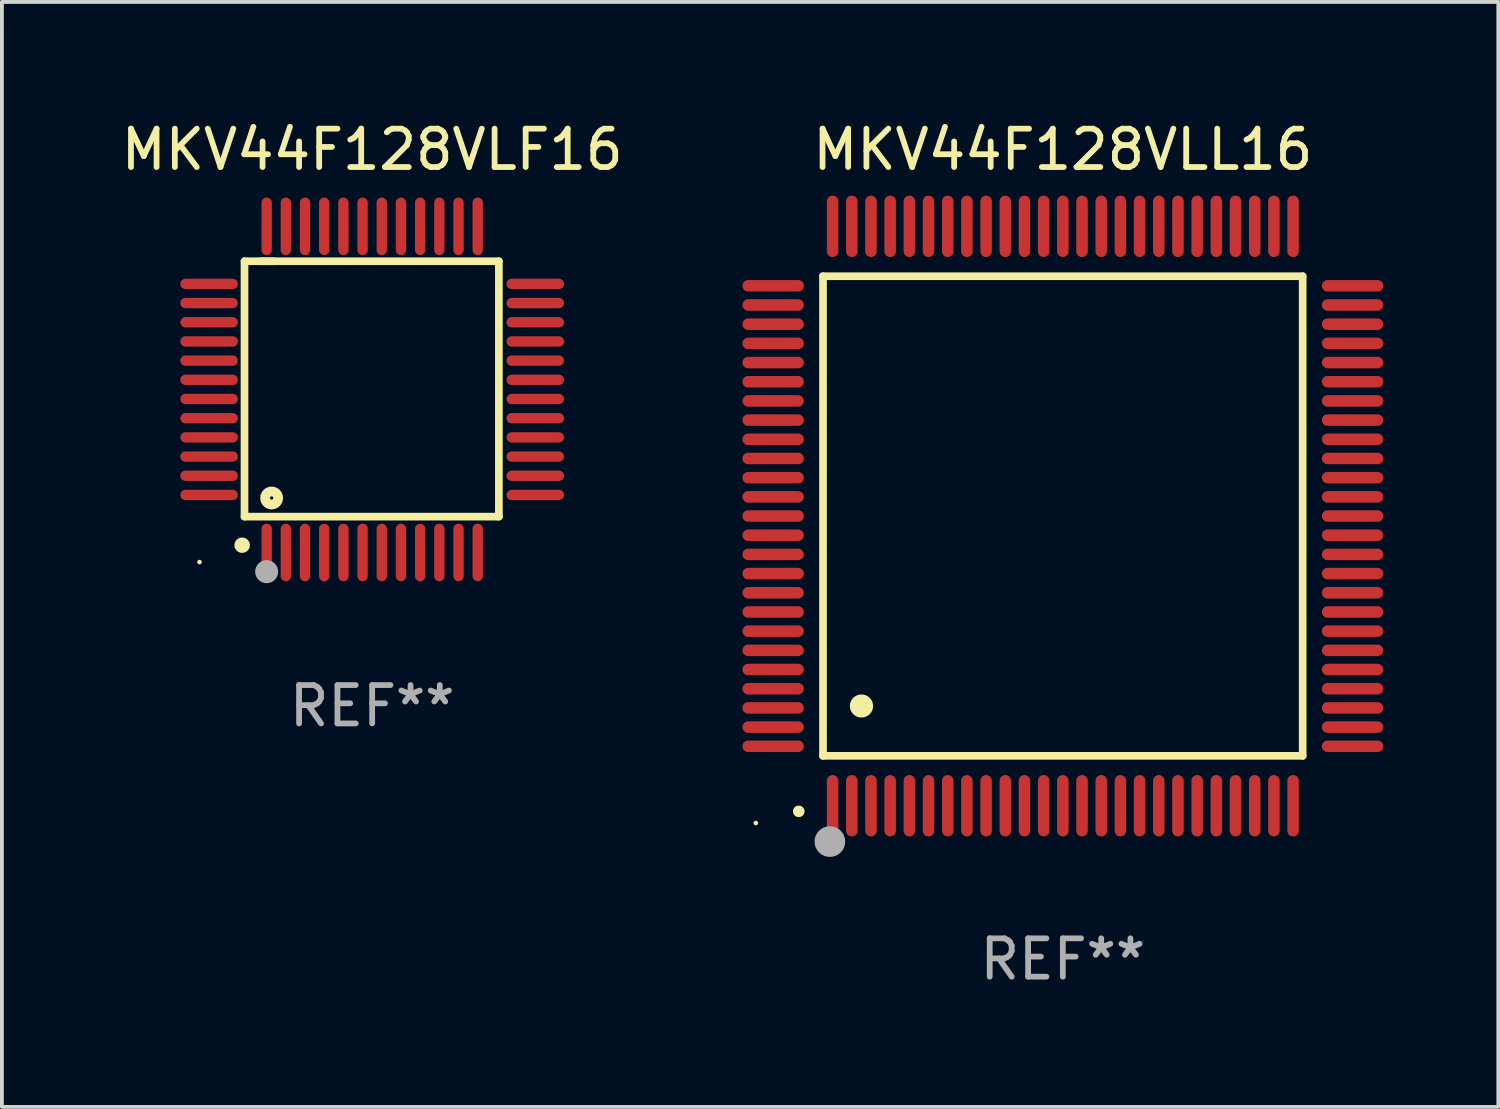
<source format=kicad_pcb>
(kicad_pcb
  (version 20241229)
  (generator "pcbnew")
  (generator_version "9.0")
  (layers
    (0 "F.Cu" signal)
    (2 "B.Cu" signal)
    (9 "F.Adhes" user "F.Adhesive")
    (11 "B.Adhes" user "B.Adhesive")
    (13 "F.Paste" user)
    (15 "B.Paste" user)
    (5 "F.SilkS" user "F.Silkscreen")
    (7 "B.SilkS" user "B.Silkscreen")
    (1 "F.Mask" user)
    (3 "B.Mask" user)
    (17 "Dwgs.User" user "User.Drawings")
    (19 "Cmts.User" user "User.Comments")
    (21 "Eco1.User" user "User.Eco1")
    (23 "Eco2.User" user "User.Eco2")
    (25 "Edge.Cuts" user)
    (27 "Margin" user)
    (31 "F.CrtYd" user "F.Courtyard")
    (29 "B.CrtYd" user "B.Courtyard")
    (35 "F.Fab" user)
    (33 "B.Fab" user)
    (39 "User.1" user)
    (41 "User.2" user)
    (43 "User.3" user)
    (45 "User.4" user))
  (footprint "MKV44F128VLL16"
    (layer "F.Cu")
    (at 24.648 10.398)
    (property "Reference" "MKV44F128VLL16" (at 0 -9.55 0) (layer "F.SilkS") (effects (font (size 1 1) (thickness 0.15))))
    (attr through_hole)
    (fp_line (start -6.25 -6.25) (end -6.25 6.25) (stroke (width 0.2) (type solid)) (layer "F.SilkS"))
    (fp_line (start -6.25 6.25) (end 6.25 6.25) (stroke (width 0.2) (type solid)) (layer "F.SilkS"))
    (fp_line (start 6.25 -6.25) (end -6.25 -6.25) (stroke (width 0.2) (type solid)) (layer "F.SilkS"))
    (fp_line (start 6.25 6.25) (end 6.25 -6.25) (stroke (width 0.2) (type solid)) (layer "F.SilkS"))
    (fp_arc (start -6.883414 7.696215) (mid -6.882144 7.69621) (end -6.880874 7.696215) (stroke (width 0.3) (type solid)) (layer "F.SilkS"))
    (fp_arc (start -5.250191 4.95047) (mid -5.247651 4.950459) (end -5.245111 4.95047) (stroke (width 0.6) (type solid)) (layer "F.SilkS"))
    (fp_circle (center -8 8) (end -7.97 8) (stroke (width 0.06) (type solid)) (fill no) (layer "F.SilkS"))
    (fp_circle (center -6.071 8.484) (end -5.871 8.484) (stroke (width 0.4) (type solid)) (fill no) (layer "F.Fab"))
    (fp_text user "REF**" (at 0 11.55 0) (layer "F.Fab") (effects (font (size 1 1) (thickness 0.15))))
    (pad "1" smd oval (at -6 7.55) (size 0.3 1.6) (layers "F.Cu" "F.Mask" "F.Paste"))
    (pad "2" smd oval (at -5.5 7.55) (size 0.3 1.6) (layers "F.Cu" "F.Mask" "F.Paste"))
    (pad "3" smd oval (at -5 7.55) (size 0.3 1.6) (layers "F.Cu" "F.Mask" "F.Paste"))
    (pad "4" smd oval (at -4.5 7.55) (size 0.3 1.6) (layers "F.Cu" "F.Mask" "F.Paste"))
    (pad "5" smd oval (at -4 7.55) (size 0.3 1.6) (layers "F.Cu" "F.Mask" "F.Paste"))
    (pad "6" smd oval (at -3.5 7.55) (size 0.3 1.6) (layers "F.Cu" "F.Mask" "F.Paste"))
    (pad "7" smd oval (at -3 7.55) (size 0.3 1.6) (layers "F.Cu" "F.Mask" "F.Paste"))
    (pad "8" smd oval (at -2.5 7.55) (size 0.3 1.6) (layers "F.Cu" "F.Mask" "F.Paste"))
    (pad "9" smd oval (at -2 7.55) (size 0.3 1.6) (layers "F.Cu" "F.Mask" "F.Paste"))
    (pad "10" smd oval (at -1.5 7.55) (size 0.3 1.6) (layers "F.Cu" "F.Mask" "F.Paste"))
    (pad "11" smd oval (at -1 7.55) (size 0.3 1.6) (layers "F.Cu" "F.Mask" "F.Paste"))
    (pad "12" smd oval (at -0.5 7.55) (size 0.3 1.6) (layers "F.Cu" "F.Mask" "F.Paste"))
    (pad "13" smd oval (at 0 7.55) (size 0.3 1.6) (layers "F.Cu" "F.Mask" "F.Paste"))
    (pad "14" smd oval (at 0.5 7.55) (size 0.3 1.6) (layers "F.Cu" "F.Mask" "F.Paste"))
    (pad "15" smd oval (at 1 7.55) (size 0.3 1.6) (layers "F.Cu" "F.Mask" "F.Paste"))
    (pad "16" smd oval (at 1.5 7.55) (size 0.3 1.6) (layers "F.Cu" "F.Mask" "F.Paste"))
    (pad "17" smd oval (at 2 7.55) (size 0.3 1.6) (layers "F.Cu" "F.Mask" "F.Paste"))
    (pad "18" smd oval (at 2.5 7.55) (size 0.3 1.6) (layers "F.Cu" "F.Mask" "F.Paste"))
    (pad "19" smd oval (at 3 7.55) (size 0.3 1.6) (layers "F.Cu" "F.Mask" "F.Paste"))
    (pad "20" smd oval (at 3.5 7.55) (size 0.3 1.6) (layers "F.Cu" "F.Mask" "F.Paste"))
    (pad "21" smd oval (at 4 7.55) (size 0.3 1.6) (layers "F.Cu" "F.Mask" "F.Paste"))
    (pad "22" smd oval (at 4.5 7.55) (size 0.3 1.6) (layers "F.Cu" "F.Mask" "F.Paste"))
    (pad "23" smd oval (at 5 7.55) (size 0.3 1.6) (layers "F.Cu" "F.Mask" "F.Paste"))
    (pad "24" smd oval (at 5.5 7.55) (size 0.3 1.6) (layers "F.Cu" "F.Mask" "F.Paste"))
    (pad "25" smd oval (at 6 7.55) (size 0.3 1.6) (layers "F.Cu" "F.Mask" "F.Paste"))
    (pad "26" smd oval (at 7.55 6) (size 1.6 0.3) (layers "F.Cu" "F.Mask" "F.Paste"))
    (pad "27" smd oval (at 7.55 5.5) (size 1.6 0.3) (layers "F.Cu" "F.Mask" "F.Paste"))
    (pad "28" smd oval (at 7.55 5) (size 1.6 0.3) (layers "F.Cu" "F.Mask" "F.Paste"))
    (pad "29" smd oval (at 7.55 4.5) (size 1.6 0.3) (layers "F.Cu" "F.Mask" "F.Paste"))
    (pad "30" smd oval (at 7.55 4) (size 1.6 0.3) (layers "F.Cu" "F.Mask" "F.Paste"))
    (pad "31" smd oval (at 7.55 3.5) (size 1.6 0.3) (layers "F.Cu" "F.Mask" "F.Paste"))
    (pad "32" smd oval (at 7.55 3) (size 1.6 0.3) (layers "F.Cu" "F.Mask" "F.Paste"))
    (pad "33" smd oval (at 7.55 2.5) (size 1.6 0.3) (layers "F.Cu" "F.Mask" "F.Paste"))
    (pad "34" smd oval (at 7.55 2) (size 1.6 0.3) (layers "F.Cu" "F.Mask" "F.Paste"))
    (pad "35" smd oval (at 7.55 1.5) (size 1.6 0.3) (layers "F.Cu" "F.Mask" "F.Paste"))
    (pad "36" smd oval (at 7.55 1) (size 1.6 0.3) (layers "F.Cu" "F.Mask" "F.Paste"))
    (pad "37" smd oval (at 7.55 0.5) (size 1.6 0.3) (layers "F.Cu" "F.Mask" "F.Paste"))
    (pad "38" smd oval (at 7.55 0) (size 1.6 0.3) (layers "F.Cu" "F.Mask" "F.Paste"))
    (pad "39" smd oval (at 7.55 -0.5) (size 1.6 0.3) (layers "F.Cu" "F.Mask" "F.Paste"))
    (pad "40" smd oval (at 7.55 -1) (size 1.6 0.3) (layers "F.Cu" "F.Mask" "F.Paste"))
    (pad "41" smd oval (at 7.55 -1.5) (size 1.6 0.3) (layers "F.Cu" "F.Mask" "F.Paste"))
    (pad "42" smd oval (at 7.55 -2) (size 1.6 0.3) (layers "F.Cu" "F.Mask" "F.Paste"))
    (pad "43" smd oval (at 7.55 -2.5) (size 1.6 0.3) (layers "F.Cu" "F.Mask" "F.Paste"))
    (pad "44" smd oval (at 7.55 -3) (size 1.6 0.3) (layers "F.Cu" "F.Mask" "F.Paste"))
    (pad "45" smd oval (at 7.55 -3.5) (size 1.6 0.3) (layers "F.Cu" "F.Mask" "F.Paste"))
    (pad "46" smd oval (at 7.55 -4) (size 1.6 0.3) (layers "F.Cu" "F.Mask" "F.Paste"))
    (pad "47" smd oval (at 7.55 -4.5) (size 1.6 0.3) (layers "F.Cu" "F.Mask" "F.Paste"))
    (pad "48" smd oval (at 7.55 -5) (size 1.6 0.3) (layers "F.Cu" "F.Mask" "F.Paste"))
    (pad "49" smd oval (at 7.55 -5.5) (size 1.6 0.3) (layers "F.Cu" "F.Mask" "F.Paste"))
    (pad "50" smd oval (at 7.55 -6) (size 1.6 0.3) (layers "F.Cu" "F.Mask" "F.Paste"))
    (pad "51" smd oval (at 6 -7.55) (size 0.3 1.6) (layers "F.Cu" "F.Mask" "F.Paste"))
    (pad "52" smd oval (at 5.5 -7.55) (size 0.3 1.6) (layers "F.Cu" "F.Mask" "F.Paste"))
    (pad "53" smd oval (at 5 -7.55) (size 0.3 1.6) (layers "F.Cu" "F.Mask" "F.Paste"))
    (pad "54" smd oval (at 4.5 -7.55) (size 0.3 1.6) (layers "F.Cu" "F.Mask" "F.Paste"))
    (pad "55" smd oval (at 4 -7.55) (size 0.3 1.6) (layers "F.Cu" "F.Mask" "F.Paste"))
    (pad "56" smd oval (at 3.5 -7.55) (size 0.3 1.6) (layers "F.Cu" "F.Mask" "F.Paste"))
    (pad "57" smd oval (at 3 -7.55) (size 0.3 1.6) (layers "F.Cu" "F.Mask" "F.Paste"))
    (pad "58" smd oval (at 2.5 -7.55) (size 0.3 1.6) (layers "F.Cu" "F.Mask" "F.Paste"))
    (pad "59" smd oval (at 2 -7.55) (size 0.3 1.6) (layers "F.Cu" "F.Mask" "F.Paste"))
    (pad "60" smd oval (at 1.5 -7.55) (size 0.3 1.6) (layers "F.Cu" "F.Mask" "F.Paste"))
    (pad "61" smd oval (at 1 -7.55) (size 0.3 1.6) (layers "F.Cu" "F.Mask" "F.Paste"))
    (pad "62" smd oval (at 0.5 -7.55) (size 0.3 1.6) (layers "F.Cu" "F.Mask" "F.Paste"))
    (pad "63" smd oval (at 0 -7.55) (size 0.3 1.6) (layers "F.Cu" "F.Mask" "F.Paste"))
    (pad "64" smd oval (at -0.5 -7.55) (size 0.3 1.6) (layers "F.Cu" "F.Mask" "F.Paste"))
    (pad "65" smd oval (at -1 -7.55) (size 0.3 1.6) (layers "F.Cu" "F.Mask" "F.Paste"))
    (pad "66" smd oval (at -1.5 -7.55) (size 0.3 1.6) (layers "F.Cu" "F.Mask" "F.Paste"))
    (pad "67" smd oval (at -2 -7.55) (size 0.3 1.6) (layers "F.Cu" "F.Mask" "F.Paste"))
    (pad "68" smd oval (at -2.5 -7.55) (size 0.3 1.6) (layers "F.Cu" "F.Mask" "F.Paste"))
    (pad "69" smd oval (at -3 -7.55) (size 0.3 1.6) (layers "F.Cu" "F.Mask" "F.Paste"))
    (pad "70" smd oval (at -3.5 -7.55) (size 0.3 1.6) (layers "F.Cu" "F.Mask" "F.Paste"))
    (pad "71" smd oval (at -4 -7.55) (size 0.3 1.6) (layers "F.Cu" "F.Mask" "F.Paste"))
    (pad "72" smd oval (at -4.5 -7.55) (size 0.3 1.6) (layers "F.Cu" "F.Mask" "F.Paste"))
    (pad "73" smd oval (at -5 -7.55) (size 0.3 1.6) (layers "F.Cu" "F.Mask" "F.Paste"))
    (pad "74" smd oval (at -5.5 -7.55) (size 0.3 1.6) (layers "F.Cu" "F.Mask" "F.Paste"))
    (pad "75" smd oval (at -6 -7.55) (size 0.3 1.6) (layers "F.Cu" "F.Mask" "F.Paste"))
    (pad "76" smd oval (at -7.55 -6) (size 1.6 0.3) (layers "F.Cu" "F.Mask" "F.Paste"))
    (pad "77" smd oval (at -7.55 -5.5) (size 1.6 0.3) (layers "F.Cu" "F.Mask" "F.Paste"))
    (pad "78" smd oval (at -7.55 -5) (size 1.6 0.3) (layers "F.Cu" "F.Mask" "F.Paste"))
    (pad "79" smd oval (at -7.55 -4.5) (size 1.6 0.3) (layers "F.Cu" "F.Mask" "F.Paste"))
    (pad "80" smd oval (at -7.55 -4) (size 1.6 0.3) (layers "F.Cu" "F.Mask" "F.Paste"))
    (pad "81" smd oval (at -7.55 -3.5) (size 1.6 0.3) (layers "F.Cu" "F.Mask" "F.Paste"))
    (pad "82" smd oval (at -7.55 -3) (size 1.6 0.3) (layers "F.Cu" "F.Mask" "F.Paste"))
    (pad "83" smd oval (at -7.55 -2.5) (size 1.6 0.3) (layers "F.Cu" "F.Mask" "F.Paste"))
    (pad "84" smd oval (at -7.55 -2) (size 1.6 0.3) (layers "F.Cu" "F.Mask" "F.Paste"))
    (pad "85" smd oval (at -7.55 -1.5) (size 1.6 0.3) (layers "F.Cu" "F.Mask" "F.Paste"))
    (pad "86" smd oval (at -7.55 -1) (size 1.6 0.3) (layers "F.Cu" "F.Mask" "F.Paste"))
    (pad "87" smd oval (at -7.55 -0.5) (size 1.6 0.3) (layers "F.Cu" "F.Mask" "F.Paste"))
    (pad "88" smd oval (at -7.55 0) (size 1.6 0.3) (layers "F.Cu" "F.Mask" "F.Paste"))
    (pad "89" smd oval (at -7.55 0.5) (size 1.6 0.3) (layers "F.Cu" "F.Mask" "F.Paste"))
    (pad "90" smd oval (at -7.55 1) (size 1.6 0.3) (layers "F.Cu" "F.Mask" "F.Paste"))
    (pad "91" smd oval (at -7.55 1.5) (size 1.6 0.3) (layers "F.Cu" "F.Mask" "F.Paste"))
    (pad "92" smd oval (at -7.55 2) (size 1.6 0.3) (layers "F.Cu" "F.Mask" "F.Paste"))
    (pad "93" smd oval (at -7.55 2.5) (size 1.6 0.3) (layers "F.Cu" "F.Mask" "F.Paste"))
    (pad "94" smd oval (at -7.55 3) (size 1.6 0.3) (layers "F.Cu" "F.Mask" "F.Paste"))
    (pad "95" smd oval (at -7.55 3.5) (size 1.6 0.3) (layers "F.Cu" "F.Mask" "F.Paste"))
    (pad "96" smd oval (at -7.55 4) (size 1.6 0.3) (layers "F.Cu" "F.Mask" "F.Paste"))
    (pad "97" smd oval (at -7.55 4.5) (size 1.6 0.3) (layers "F.Cu" "F.Mask" "F.Paste"))
    (pad "98" smd oval (at -7.55 5) (size 1.6 0.3) (layers "F.Cu" "F.Mask" "F.Paste"))
    (pad "99" smd oval (at -7.55 5.5) (size 1.6 0.3) (layers "F.Cu" "F.Mask" "F.Paste"))
    (pad "100" smd oval (at -7.55 6) (size 1.6 0.3) (layers "F.Cu" "F.Mask" "F.Paste")))
  (footprint "MKV44F128VLF16"
    (layer "F.Cu")
    (at 6.649 7.098)
    (property "Reference" "MKV44F128VLF16" (at 0 -6.25 0) (layer "F.SilkS") (effects (font (size 1 1) (thickness 0.15))))
    (attr through_hole)
    (fp_line (start -3.327 -3.34) (end -2.565 -3.34) (stroke (width 0.2) (type solid)) (layer "F.SilkS"))
    (fp_line (start -3.327 3.315) (end -3.327 -3.34) (stroke (width 0.2) (type solid)) (layer "F.SilkS"))
    (fp_line (start -2.896 -3.34) (end 3.302 -3.34) (stroke (width 0.2) (type solid)) (layer "F.SilkS"))
    (fp_line (start 3.302 -3.34) (end 3.302 3.315) (stroke (width 0.2) (type solid)) (layer "F.SilkS"))
    (fp_line (start 3.302 3.315) (end -3.327 3.315) (stroke (width 0.2) (type solid)) (layer "F.SilkS"))
    (fp_arc (start -3.389992 4.059995) (mid -3.388722 4.059991) (end -3.387452 4.059995) (stroke (width 0.4) (type solid)) (layer "F.SilkS"))
    (fp_circle (center -4.5 4.5) (end -4.47 4.5) (stroke (width 0.06) (type solid)) (fill no) (layer "F.SilkS"))
    (fp_circle (center -2.62 2.83) (end -2.45 2.83) (stroke (width 0.254) (type solid)) (fill no) (layer "F.SilkS"))
    (fp_circle (center -2.75 4.75) (end -2.6 4.75) (stroke (width 0.3) (type solid)) (fill no) (layer "F.Fab"))
    (fp_text user "REF**" (at 0 8.25 0) (layer "F.Fab") (effects (font (size 1 1) (thickness 0.15))))
    (pad "1" smd oval (at -2.75 4.25) (size 0.27 1.5) (layers "F.Cu" "F.Mask" "F.Paste"))
    (pad "2" smd oval (at -2.25 4.25) (size 0.27 1.5) (layers "F.Cu" "F.Mask" "F.Paste"))
    (pad "3" smd oval (at -1.75 4.25) (size 0.27 1.5) (layers "F.Cu" "F.Mask" "F.Paste"))
    (pad "4" smd oval (at -1.25 4.25) (size 0.27 1.5) (layers "F.Cu" "F.Mask" "F.Paste"))
    (pad "5" smd oval (at -0.75 4.25) (size 0.27 1.5) (layers "F.Cu" "F.Mask" "F.Paste"))
    (pad "6" smd oval (at -0.25 4.25) (size 0.27 1.5) (layers "F.Cu" "F.Mask" "F.Paste"))
    (pad "7" smd oval (at 0.25 4.25) (size 0.27 1.5) (layers "F.Cu" "F.Mask" "F.Paste"))
    (pad "8" smd oval (at 0.75 4.25) (size 0.27 1.5) (layers "F.Cu" "F.Mask" "F.Paste"))
    (pad "9" smd oval (at 1.25 4.25) (size 0.27 1.5) (layers "F.Cu" "F.Mask" "F.Paste"))
    (pad "10" smd oval (at 1.75 4.25) (size 0.27 1.5) (layers "F.Cu" "F.Mask" "F.Paste"))
    (pad "11" smd oval (at 2.25 4.25) (size 0.27 1.5) (layers "F.Cu" "F.Mask" "F.Paste"))
    (pad "12" smd oval (at 2.75 4.25) (size 0.27 1.5) (layers "F.Cu" "F.Mask" "F.Paste"))
    (pad "13" smd oval (at 4.25 2.75) (size 1.5 0.27) (layers "F.Cu" "F.Mask" "F.Paste"))
    (pad "14" smd oval (at 4.25 2.25) (size 1.5 0.27) (layers "F.Cu" "F.Mask" "F.Paste"))
    (pad "15" smd oval (at 4.25 1.75) (size 1.5 0.27) (layers "F.Cu" "F.Mask" "F.Paste"))
    (pad "16" smd oval (at 4.25 1.25) (size 1.5 0.27) (layers "F.Cu" "F.Mask" "F.Paste"))
    (pad "17" smd oval (at 4.25 0.75) (size 1.5 0.27) (layers "F.Cu" "F.Mask" "F.Paste"))
    (pad "18" smd oval (at 4.25 0.25) (size 1.5 0.27) (layers "F.Cu" "F.Mask" "F.Paste"))
    (pad "19" smd oval (at 4.25 -0.25) (size 1.5 0.27) (layers "F.Cu" "F.Mask" "F.Paste"))
    (pad "20" smd oval (at 4.25 -0.75) (size 1.5 0.27) (layers "F.Cu" "F.Mask" "F.Paste"))
    (pad "21" smd oval (at 4.25 -1.25) (size 1.5 0.27) (layers "F.Cu" "F.Mask" "F.Paste"))
    (pad "22" smd oval (at 4.25 -1.75) (size 1.5 0.27) (layers "F.Cu" "F.Mask" "F.Paste"))
    (pad "23" smd oval (at 4.25 -2.25) (size 1.5 0.27) (layers "F.Cu" "F.Mask" "F.Paste"))
    (pad "24" smd oval (at 4.25 -2.75) (size 1.5 0.27) (layers "F.Cu" "F.Mask" "F.Paste"))
    (pad "25" smd oval (at 2.75 -4.25) (size 0.27 1.5) (layers "F.Cu" "F.Mask" "F.Paste"))
    (pad "26" smd oval (at 2.25 -4.25) (size 0.27 1.5) (layers "F.Cu" "F.Mask" "F.Paste"))
    (pad "27" smd oval (at 1.75 -4.25) (size 0.27 1.5) (layers "F.Cu" "F.Mask" "F.Paste"))
    (pad "28" smd oval (at 1.25 -4.25) (size 0.27 1.5) (layers "F.Cu" "F.Mask" "F.Paste"))
    (pad "29" smd oval (at 0.75 -4.25) (size 0.27 1.5) (layers "F.Cu" "F.Mask" "F.Paste"))
    (pad "30" smd oval (at 0.25 -4.25) (size 0.27 1.5) (layers "F.Cu" "F.Mask" "F.Paste"))
    (pad "31" smd oval (at -0.25 -4.25) (size 0.27 1.5) (layers "F.Cu" "F.Mask" "F.Paste"))
    (pad "32" smd oval (at -0.75 -4.25) (size 0.27 1.5) (layers "F.Cu" "F.Mask" "F.Paste"))
    (pad "33" smd oval (at -1.25 -4.25) (size 0.27 1.5) (layers "F.Cu" "F.Mask" "F.Paste"))
    (pad "34" smd oval (at -1.75 -4.25) (size 0.27 1.5) (layers "F.Cu" "F.Mask" "F.Paste"))
    (pad "35" smd oval (at -2.25 -4.25) (size 0.27 1.5) (layers "F.Cu" "F.Mask" "F.Paste"))
    (pad "36" smd oval (at -2.75 -4.25) (size 0.27 1.5) (layers "F.Cu" "F.Mask" "F.Paste"))
    (pad "37" smd oval (at -4.25 -2.75) (size 1.5 0.27) (layers "F.Cu" "F.Mask" "F.Paste"))
    (pad "38" smd oval (at -4.25 -2.25) (size 1.5 0.27) (layers "F.Cu" "F.Mask" "F.Paste"))
    (pad "39" smd oval (at -4.25 -1.75) (size 1.5 0.27) (layers "F.Cu" "F.Mask" "F.Paste"))
    (pad "40" smd oval (at -4.25 -1.25) (size 1.5 0.27) (layers "F.Cu" "F.Mask" "F.Paste"))
    (pad "41" smd oval (at -4.25 -0.75) (size 1.5 0.27) (layers "F.Cu" "F.Mask" "F.Paste"))
    (pad "42" smd oval (at -4.25 -0.25) (size 1.5 0.27) (layers "F.Cu" "F.Mask" "F.Paste"))
    (pad "43" smd oval (at -4.25 0.25) (size 1.5 0.27) (layers "F.Cu" "F.Mask" "F.Paste"))
    (pad "44" smd oval (at -4.25 0.75) (size 1.5 0.27) (layers "F.Cu" "F.Mask" "F.Paste"))
    (pad "45" smd oval (at -4.25 1.25) (size 1.5 0.27) (layers "F.Cu" "F.Mask" "F.Paste"))
    (pad "46" smd oval (at -4.25 1.75) (size 1.5 0.27) (layers "F.Cu" "F.Mask" "F.Paste"))
    (pad "47" smd oval (at -4.25 2.25) (size 1.5 0.27) (layers "F.Cu" "F.Mask" "F.Paste"))
    (pad "48" smd oval (at -4.25 2.75) (size 1.5 0.27) (layers "F.Cu" "F.Mask" "F.Paste")))
  (gr_rect
    (start -3 -3)
    (end 35.997 25.796)
    (stroke (width 0.1) (type default))
    (fill no)
    (layer "Edge.Cuts")))
</source>
